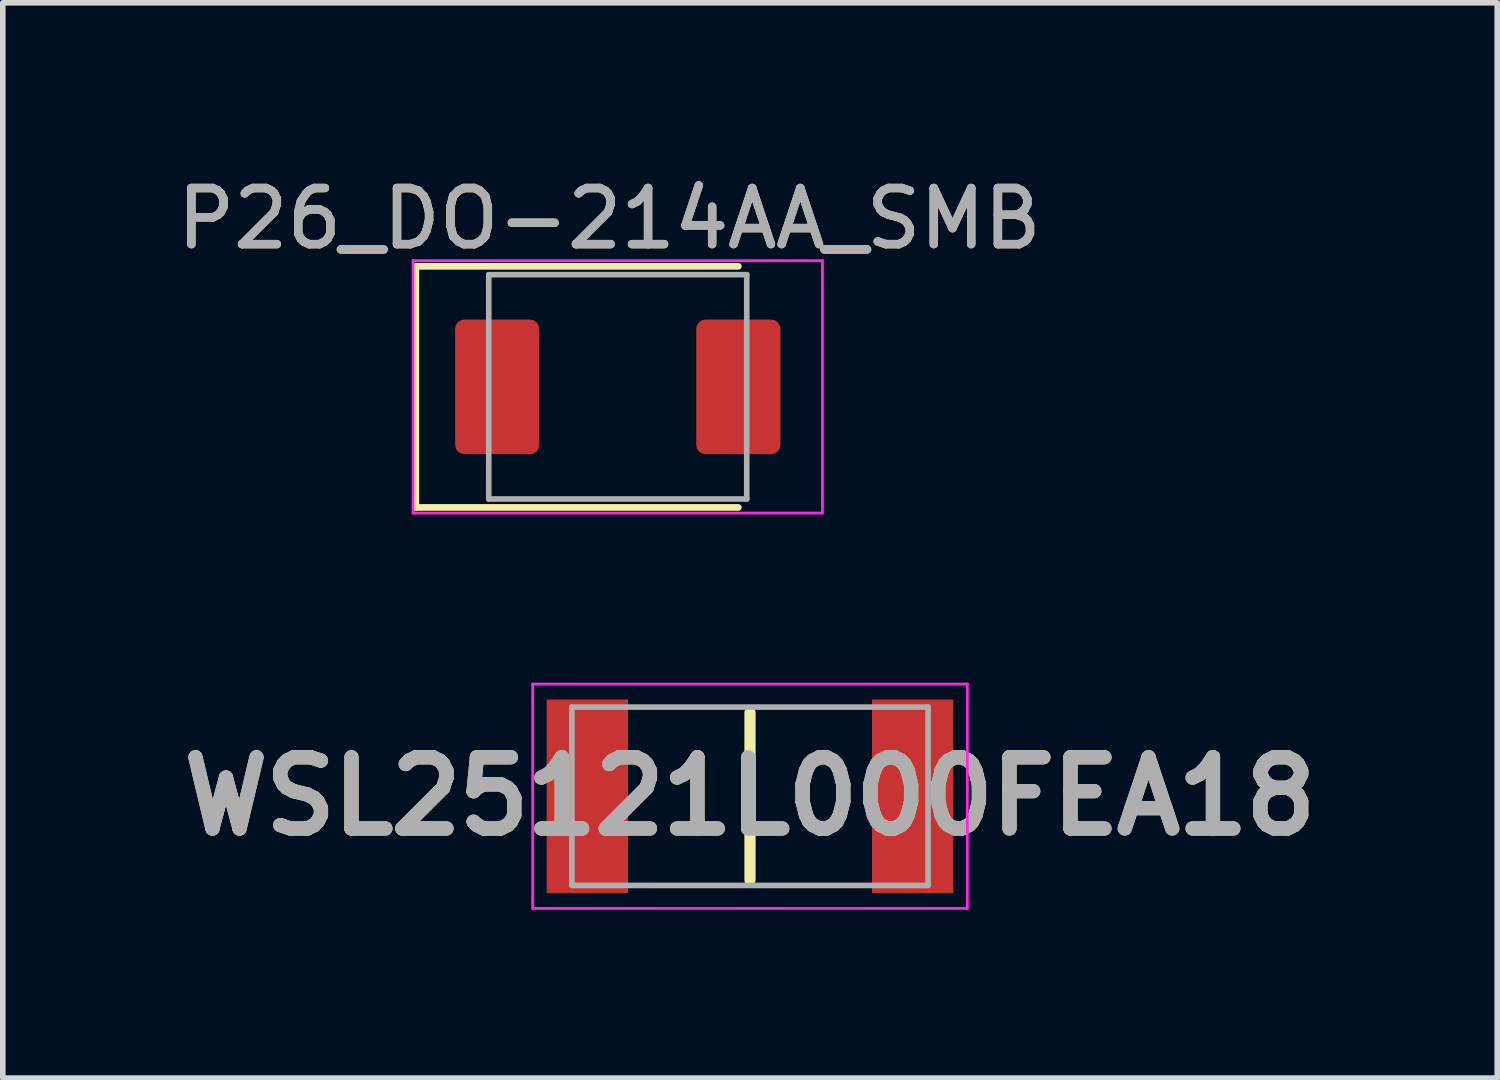
<source format=kicad_pcb>
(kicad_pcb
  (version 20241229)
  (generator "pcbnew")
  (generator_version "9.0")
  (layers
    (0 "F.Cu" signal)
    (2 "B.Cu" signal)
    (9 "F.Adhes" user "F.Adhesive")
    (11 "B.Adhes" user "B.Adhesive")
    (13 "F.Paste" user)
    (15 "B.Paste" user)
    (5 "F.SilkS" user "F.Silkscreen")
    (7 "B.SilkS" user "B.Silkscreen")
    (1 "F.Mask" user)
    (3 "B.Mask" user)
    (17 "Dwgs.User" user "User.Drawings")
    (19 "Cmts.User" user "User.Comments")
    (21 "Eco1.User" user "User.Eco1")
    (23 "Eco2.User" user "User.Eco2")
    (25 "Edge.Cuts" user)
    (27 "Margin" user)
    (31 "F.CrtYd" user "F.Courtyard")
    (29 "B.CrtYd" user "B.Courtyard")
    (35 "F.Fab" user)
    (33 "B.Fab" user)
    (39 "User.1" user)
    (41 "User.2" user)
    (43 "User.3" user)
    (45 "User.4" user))
  (footprint "P26_DO-214AA_SMB"
    (layer "F.Cu")
    (at 5.815 3.848)
    (property "Reference" "P26_DO-214AA_SMB" (at 2 -3 0) (layer "F.SilkS") (effects (font (size 1 1) (thickness 0.15))))
    (attr smd)
    (fp_line (start -1.45 -2.15) (end -1.45 2.15) (stroke (width 0.12) (type solid)) (layer "F.SilkS"))
    (fp_line (start -1.45 -2.15) (end 4.3 -2.15) (stroke (width 0.12) (type solid)) (layer "F.SilkS"))
    (fp_line (start -1.45 2.15) (end 4.3 2.15) (stroke (width 0.12) (type solid)) (layer "F.SilkS"))
    (fp_line (start -1.5 -2.25) (end 5.8 -2.25) (stroke (width 0.05) (type solid)) (layer "F.CrtYd"))
    (fp_line (start -1.5 2.25) (end -1.5 -2.25) (stroke (width 0.05) (type solid)) (layer "F.CrtYd"))
    (fp_line (start 5.8 -2.25) (end 5.8 2.25) (stroke (width 0.05) (type solid)) (layer "F.CrtYd"))
    (fp_line (start 5.8 2.25) (end -1.5 2.25) (stroke (width 0.05) (type solid)) (layer "F.CrtYd"))
    (fp_line (start -0.15 2) (end -0.15 -2) (stroke (width 0.1) (type solid)) (layer "F.Fab"))
    (fp_line (start 4.45 -2) (end -0.15 -2) (stroke (width 0.1) (type solid)) (layer "F.Fab"))
    (fp_line (start 4.45 -2) (end 4.45 2) (stroke (width 0.1) (type solid)) (layer "F.Fab"))
    (fp_line (start 4.45 2) (end -0.15 2) (stroke (width 0.1) (type solid)) (layer "F.Fab"))
    (fp_text user "${REFERENCE}" (at 2 -3 0) (layer "F.Fab") (effects (font (size 1 1) (thickness 0.15))))
    (pad "1" smd roundrect (at 0 0) (size 1.5 2.4) (layers "F.Cu" "F.Mask" "F.Paste") (roundrect_rratio 0.109))
    (pad "2" smd roundrect (at 4.3 0) (size 1.5 2.4) (layers "F.Cu" "F.Mask" "F.Paste") (roundrect_rratio 0.109)))
  (footprint "WSL25121L000FEA18"
    (layer "F.Cu")
    (at 10.323 11.148)
    (property "Reference" "WSL25121L000FEA18" (at 0 0 0) (layer "F.SilkS") (effects (font (size 1.27 1.27) (thickness 0.254))))
    (attr smd)
    (fp_line (start 0 -1.49) (end 0 1.49) (stroke (width 0.2) (type solid)) (layer "F.SilkS"))
    (fp_line (start -3.875 -2) (end 3.875 -2) (stroke (width 0.05) (type solid)) (layer "F.CrtYd"))
    (fp_line (start -3.875 2) (end -3.875 -2) (stroke (width 0.05) (type solid)) (layer "F.CrtYd"))
    (fp_line (start 3.875 -2) (end 3.875 2) (stroke (width 0.05) (type solid)) (layer "F.CrtYd"))
    (fp_line (start 3.875 2) (end -3.875 2) (stroke (width 0.05) (type solid)) (layer "F.CrtYd"))
    (fp_line (start -3.175 -1.59) (end 3.175 -1.59) (stroke (width 0.1) (type solid)) (layer "F.Fab"))
    (fp_line (start -3.175 1.59) (end -3.175 -1.59) (stroke (width 0.1) (type solid)) (layer "F.Fab"))
    (fp_line (start 3.175 -1.59) (end 3.175 1.59) (stroke (width 0.1) (type solid)) (layer "F.Fab"))
    (fp_line (start 3.175 1.59) (end -3.175 1.59) (stroke (width 0.1) (type solid)) (layer "F.Fab"))
    (fp_text user "${REFERENCE}" (at 0 0 0) (layer "F.Fab") (effects (font (size 1.27 1.27) (thickness 0.254))))
    (pad "1" smd rect (at -2.9 0) (size 1.45 3.45) (layers "F.Cu" "F.Mask" "F.Paste"))
    (pad "2" smd rect (at 2.9 0) (size 1.45 3.45) (layers "F.Cu" "F.Mask" "F.Paste")))
  (gr_rect
    (start -3 -3)
    (end 23.647 16.173)
    (stroke (width 0.1) (type default))
    (fill no)
    (layer "Edge.Cuts")))
</source>
